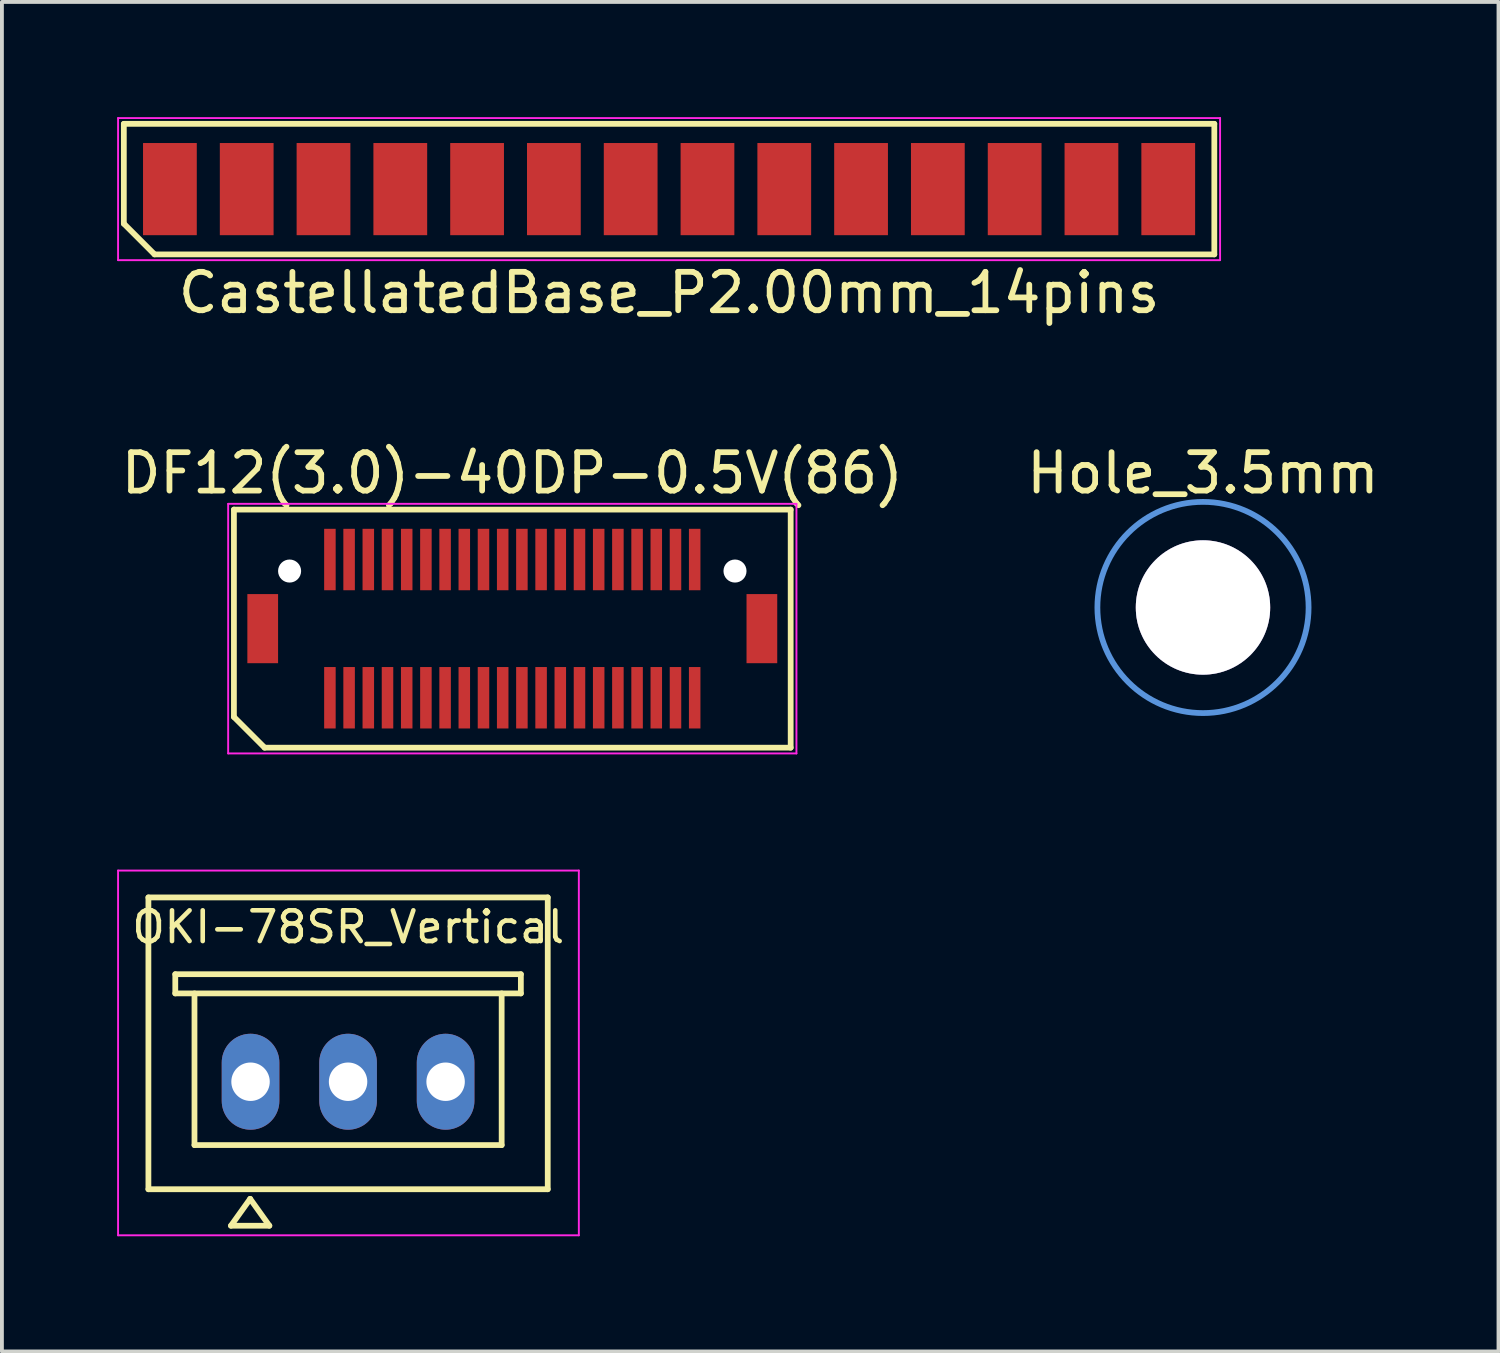
<source format=kicad_pcb>
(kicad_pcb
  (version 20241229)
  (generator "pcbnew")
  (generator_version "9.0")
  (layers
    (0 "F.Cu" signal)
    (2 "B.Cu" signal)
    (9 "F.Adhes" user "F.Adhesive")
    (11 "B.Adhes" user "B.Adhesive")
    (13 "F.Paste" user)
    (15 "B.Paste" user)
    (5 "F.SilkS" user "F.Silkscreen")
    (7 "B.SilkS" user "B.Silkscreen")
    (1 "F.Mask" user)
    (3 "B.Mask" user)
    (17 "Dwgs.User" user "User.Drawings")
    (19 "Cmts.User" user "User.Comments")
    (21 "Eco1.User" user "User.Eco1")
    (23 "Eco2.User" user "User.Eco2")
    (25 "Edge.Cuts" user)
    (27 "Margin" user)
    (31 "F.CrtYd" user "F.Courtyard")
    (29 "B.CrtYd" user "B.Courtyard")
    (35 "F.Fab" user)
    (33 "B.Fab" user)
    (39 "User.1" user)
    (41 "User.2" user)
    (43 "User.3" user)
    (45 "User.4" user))
  (footprint "OKI-78SR_Vertical"
    (layer "F.Cu")
    (at 3.475 25.122)
    (property "Reference" "OKI-78SR_Vertical" (at 2.545 -4.028 0) (layer "F.SilkS") (effects (font (size 0.8 0.8) (thickness 0.12))))
    (attr through_hole)
    (fp_line (start -2.66 -4.8) (end -2.66 2.8) (stroke (width 0.15) (type solid)) (layer "F.SilkS"))
    (fp_line (start -1.96 -2.8) (end -1.96 -2.3) (stroke (width 0.15) (type solid)) (layer "F.SilkS"))
    (fp_line (start -1.96 -2.3) (end 7.04 -2.3) (stroke (width 0.15) (type solid)) (layer "F.SilkS"))
    (fp_line (start -1.46 -2.3) (end -1.46 1.65) (stroke (width 0.15) (type solid)) (layer "F.SilkS"))
    (fp_line (start -1.46 1.65) (end 6.54 1.65) (stroke (width 0.15) (type solid)) (layer "F.SilkS"))
    (fp_line (start -0.51 3.75) (end 0.49 3.75) (stroke (width 0.15) (type solid)) (layer "F.SilkS"))
    (fp_line (start -0.01 3.05) (end -0.51 3.75) (stroke (width 0.15) (type solid)) (layer "F.SilkS"))
    (fp_line (start 0.49 3.75) (end -0.01 3.05) (stroke (width 0.15) (type solid)) (layer "F.SilkS"))
    (fp_line (start 6.54 -2.3) (end 6.54 1.65) (stroke (width 0.15) (type solid)) (layer "F.SilkS"))
    (fp_line (start 7.04 -2.8) (end -1.96 -2.8) (stroke (width 0.15) (type solid)) (layer "F.SilkS"))
    (fp_line (start 7.04 -2.3) (end 7.04 -2.8) (stroke (width 0.15) (type solid)) (layer "F.SilkS"))
    (fp_line (start 7.74 -4.8) (end -2.66 -4.8) (stroke (width 0.15) (type solid)) (layer "F.SilkS"))
    (fp_line (start 7.74 -4.8) (end 7.74 2.8) (stroke (width 0.15) (type solid)) (layer "F.SilkS"))
    (fp_line (start 7.74 2.8) (end -2.66 2.8) (stroke (width 0.15) (type solid)) (layer "F.SilkS"))
    (fp_line (start -3.45 -5.5) (end -3.45 4) (stroke (width 0.05) (type solid)) (layer "F.CrtYd"))
    (fp_line (start -3.45 -5.5) (end 8.55 -5.5) (stroke (width 0.05) (type solid)) (layer "F.CrtYd"))
    (fp_line (start -3.45 4) (end 8.55 4) (stroke (width 0.05) (type solid)) (layer "F.CrtYd"))
    (fp_line (start 8.55 -5.5) (end 8.55 4) (stroke (width 0.05) (type solid)) (layer "F.CrtYd"))
    (pad "1" thru_hole oval (at 0 0 90) (size 2.499 1.501) (drill 1.001) (layers "*.Cu" "*.Mask"))
    (pad "2" thru_hole oval (at 2.54 0 90) (size 2.499 1.501) (drill 1.001) (layers "*.Cu" "*.Mask"))
    (pad "3" thru_hole oval (at 5.08 0 90) (size 2.499 1.501) (drill 1.001) (layers "*.Cu" "*.Mask")))
  (footprint "CastellatedBase_P2.00mm_14pins"
    (layer "F.Cu")
    (at 14.375 1.875)
    (property "Reference" "CastellatedBase_P2.00mm_14pins" (at 0 2.7 0) (layer "F.SilkS") (effects (font (size 1 1) (thickness 0.15))))
    (attr smd)
    (fp_line (start -14.2 -1.7) (end 14.2 -1.7) (stroke (width 0.15) (type solid)) (layer "F.SilkS"))
    (fp_line (start -14.2 0.9) (end -14.2 -1.7) (stroke (width 0.15) (type solid)) (layer "F.SilkS"))
    (fp_line (start -13.4 1.7) (end -14.2 0.9) (stroke (width 0.15) (type solid)) (layer "F.SilkS"))
    (fp_line (start 14.2 -1.7) (end 14.2 1.7) (stroke (width 0.15) (type solid)) (layer "F.SilkS"))
    (fp_line (start 14.2 1.7) (end -13.4 1.7) (stroke (width 0.15) (type solid)) (layer "F.SilkS"))
    (fp_line (start -14.35 -1.85) (end 14.35 -1.85) (stroke (width 0.05) (type solid)) (layer "F.CrtYd"))
    (fp_line (start -14.35 1.85) (end -14.35 -1.85) (stroke (width 0.05) (type solid)) (layer "F.CrtYd"))
    (fp_line (start 14.35 -1.85) (end 14.35 1.85) (stroke (width 0.05) (type solid)) (layer "F.CrtYd"))
    (fp_line (start 14.35 1.85) (end -14.35 1.85) (stroke (width 0.05) (type solid)) (layer "F.CrtYd"))
    (pad "1" smd rect (at -13 0) (size 1.4 2.4) (layers "F.Cu" "F.Mask" "F.Paste"))
    (pad "2" smd rect (at -11 0) (size 1.4 2.4) (layers "F.Cu" "F.Mask" "F.Paste"))
    (pad "3" smd rect (at -9 0) (size 1.4 2.4) (layers "F.Cu" "F.Mask" "F.Paste"))
    (pad "4" smd rect (at -7 0) (size 1.4 2.4) (layers "F.Cu" "F.Mask" "F.Paste"))
    (pad "5" smd rect (at -5 0) (size 1.4 2.4) (layers "F.Cu" "F.Mask" "F.Paste"))
    (pad "6" smd rect (at -3 0) (size 1.4 2.4) (layers "F.Cu" "F.Mask" "F.Paste"))
    (pad "7" smd rect (at -1 0) (size 1.4 2.4) (layers "F.Cu" "F.Mask" "F.Paste"))
    (pad "8" smd rect (at 1 0) (size 1.4 2.4) (layers "F.Cu" "F.Mask" "F.Paste"))
    (pad "9" smd rect (at 3 0) (size 1.4 2.4) (layers "F.Cu" "F.Mask" "F.Paste"))
    (pad "10" smd rect (at 5 0) (size 1.4 2.4) (layers "F.Cu" "F.Mask" "F.Paste"))
    (pad "11" smd rect (at 7 0) (size 1.4 2.4) (layers "F.Cu" "F.Mask" "F.Paste"))
    (pad "12" smd rect (at 9 0) (size 1.4 2.4) (layers "F.Cu" "F.Mask" "F.Paste"))
    (pad "13" smd rect (at 11 0) (size 1.4 2.4) (layers "F.Cu" "F.Mask" "F.Paste"))
    (pad "14" smd rect (at 13 0) (size 1.4 2.4) (layers "F.Cu" "F.Mask" "F.Paste")))
  (footprint "DF12(3.0)-40DP-0.5V(86)"
    (layer "F.Cu")
    (at 10.292 13.322)
    (property "Reference" "DF12(3.0)-40DP-0.5V(86)" (at 0 -4.05 180) (layer "F.SilkS") (effects (font (size 1 1) (thickness 0.15))))
    (attr smd)
    (fp_line (start -7.25 -3.1) (end 7.25 -3.1) (stroke (width 0.15) (type solid)) (layer "F.SilkS"))
    (fp_line (start -7.25 2.3) (end -7.25 -3.1) (stroke (width 0.15) (type solid)) (layer "F.SilkS"))
    (fp_line (start -6.45 3.1) (end -7.25 2.3) (stroke (width 0.15) (type solid)) (layer "F.SilkS"))
    (fp_line (start 7.25 -3.1) (end 7.25 3.1) (stroke (width 0.15) (type solid)) (layer "F.SilkS"))
    (fp_line (start 7.25 3.1) (end -6.45 3.1) (stroke (width 0.15) (type solid)) (layer "F.SilkS"))
    (fp_line (start -7.4 -3.25) (end 7.4 -3.25) (stroke (width 0.05) (type solid)) (layer "F.CrtYd"))
    (fp_line (start -7.4 3.25) (end -7.4 -3.25) (stroke (width 0.05) (type solid)) (layer "F.CrtYd"))
    (fp_line (start 7.4 -3.25) (end 7.4 3.25) (stroke (width 0.05) (type solid)) (layer "F.CrtYd"))
    (fp_line (start 7.4 3.25) (end -7.4 3.25) (stroke (width 0.05) (type solid)) (layer "F.CrtYd"))
    (pad "" smd rect (at -6.5 0) (size 0.8 1.8) (layers "F.Cu" "F.Mask" "F.Paste"))
    (pad "" np_thru_hole circle (at -5.8 -1.5) (size 0.6 0.6) (drill 0.6) (layers "*.Cu" "*.Mask"))
    (pad "" np_thru_hole circle (at 5.8 -1.5) (size 0.6 0.6) (drill 0.6) (layers "*.Cu" "*.Mask"))
    (pad "" smd rect (at 6.5 0) (size 0.8 1.8) (layers "F.Cu" "F.Mask" "F.Paste"))
    (pad "1" smd rect (at -4.75 1.8) (size 0.3 1.6) (layers "F.Cu" "F.Mask" "F.Paste"))
    (pad "2" smd rect (at -4.75 -1.8) (size 0.3 1.6) (layers "F.Cu" "F.Mask" "F.Paste"))
    (pad "3" smd rect (at -4.25 1.8) (size 0.3 1.6) (layers "F.Cu" "F.Mask" "F.Paste"))
    (pad "4" smd rect (at -4.25 -1.8) (size 0.3 1.6) (layers "F.Cu" "F.Mask" "F.Paste"))
    (pad "5" smd rect (at -3.75 1.8) (size 0.3 1.6) (layers "F.Cu" "F.Mask" "F.Paste"))
    (pad "6" smd rect (at -3.75 -1.8) (size 0.3 1.6) (layers "F.Cu" "F.Mask" "F.Paste"))
    (pad "7" smd rect (at -3.25 1.8) (size 0.3 1.6) (layers "F.Cu" "F.Mask" "F.Paste"))
    (pad "8" smd rect (at -3.25 -1.8) (size 0.3 1.6) (layers "F.Cu" "F.Mask" "F.Paste"))
    (pad "9" smd rect (at -2.75 1.8) (size 0.3 1.6) (layers "F.Cu" "F.Mask" "F.Paste"))
    (pad "10" smd rect (at -2.75 -1.8) (size 0.3 1.6) (layers "F.Cu" "F.Mask" "F.Paste"))
    (pad "11" smd rect (at -2.25 1.8) (size 0.3 1.6) (layers "F.Cu" "F.Mask" "F.Paste"))
    (pad "12" smd rect (at -2.25 -1.8) (size 0.3 1.6) (layers "F.Cu" "F.Mask" "F.Paste"))
    (pad "13" smd rect (at -1.75 1.8) (size 0.3 1.6) (layers "F.Cu" "F.Mask" "F.Paste"))
    (pad "14" smd rect (at -1.75 -1.8) (size 0.3 1.6) (layers "F.Cu" "F.Mask" "F.Paste"))
    (pad "15" smd rect (at -1.25 1.8) (size 0.3 1.6) (layers "F.Cu" "F.Mask" "F.Paste"))
    (pad "16" smd rect (at -1.25 -1.8) (size 0.3 1.6) (layers "F.Cu" "F.Mask" "F.Paste"))
    (pad "17" smd rect (at -0.75 1.8) (size 0.3 1.6) (layers "F.Cu" "F.Mask" "F.Paste"))
    (pad "18" smd rect (at -0.75 -1.8) (size 0.3 1.6) (layers "F.Cu" "F.Mask" "F.Paste"))
    (pad "19" smd rect (at -0.25 1.8) (size 0.3 1.6) (layers "F.Cu" "F.Mask" "F.Paste"))
    (pad "20" smd rect (at -0.25 -1.8) (size 0.3 1.6) (layers "F.Cu" "F.Mask" "F.Paste"))
    (pad "21" smd rect (at 0.25 1.8) (size 0.3 1.6) (layers "F.Cu" "F.Mask" "F.Paste"))
    (pad "22" smd rect (at 0.25 -1.8) (size 0.3 1.6) (layers "F.Cu" "F.Mask" "F.Paste"))
    (pad "23" smd rect (at 0.75 1.8) (size 0.3 1.6) (layers "F.Cu" "F.Mask" "F.Paste"))
    (pad "24" smd rect (at 0.75 -1.8) (size 0.3 1.6) (layers "F.Cu" "F.Mask" "F.Paste"))
    (pad "25" smd rect (at 1.25 1.8) (size 0.3 1.6) (layers "F.Cu" "F.Mask" "F.Paste"))
    (pad "26" smd rect (at 1.25 -1.8) (size 0.3 1.6) (layers "F.Cu" "F.Mask" "F.Paste"))
    (pad "27" smd rect (at 1.75 1.8) (size 0.3 1.6) (layers "F.Cu" "F.Mask" "F.Paste"))
    (pad "28" smd rect (at 1.75 -1.8) (size 0.3 1.6) (layers "F.Cu" "F.Mask" "F.Paste"))
    (pad "29" smd rect (at 2.25 1.8) (size 0.3 1.6) (layers "F.Cu" "F.Mask" "F.Paste"))
    (pad "30" smd rect (at 2.25 -1.8) (size 0.3 1.6) (layers "F.Cu" "F.Mask" "F.Paste"))
    (pad "31" smd rect (at 2.75 1.8) (size 0.3 1.6) (layers "F.Cu" "F.Mask" "F.Paste"))
    (pad "32" smd rect (at 2.75 -1.8) (size 0.3 1.6) (layers "F.Cu" "F.Mask" "F.Paste"))
    (pad "33" smd rect (at 3.25 1.8) (size 0.3 1.6) (layers "F.Cu" "F.Mask" "F.Paste"))
    (pad "34" smd rect (at 3.25 -1.8) (size 0.3 1.6) (layers "F.Cu" "F.Mask" "F.Paste"))
    (pad "35" smd rect (at 3.75 1.8) (size 0.3 1.6) (layers "F.Cu" "F.Mask" "F.Paste"))
    (pad "36" smd rect (at 3.75 -1.8) (size 0.3 1.6) (layers "F.Cu" "F.Mask" "F.Paste"))
    (pad "37" smd rect (at 4.25 1.8) (size 0.3 1.6) (layers "F.Cu" "F.Mask" "F.Paste"))
    (pad "38" smd rect (at 4.25 -1.8) (size 0.3 1.6) (layers "F.Cu" "F.Mask" "F.Paste"))
    (pad "39" smd rect (at 4.75 1.8) (size 0.3 1.6) (layers "F.Cu" "F.Mask" "F.Paste"))
    (pad "40" smd rect (at 4.75 -1.8) (size 0.3 1.6) (layers "F.Cu" "F.Mask" "F.Paste")))
  (footprint "Hole_3.5mm"
    (layer "F.Cu")
    (at 28.28 12.771)
    (property "Reference" "Hole_3.5mm" (at 0 -3.5 0) (layer "F.SilkS") (effects (font (size 1 1) (thickness 0.15))))
    (attr through_hole)
    (fp_circle (center 0 0) (end 2.75 0) (stroke (width 0.15) (type solid)) (fill no) (layer "Cmts.User"))
    (pad "" thru_hole circle (at 0 0) (size 3.5 3.5) (drill 3.5) (layers "*.Cu")))
  (gr_rect
    (start -3 -3)
    (end 35.976 32.147)
    (stroke (width 0.1) (type default))
    (fill no)
    (layer "Edge.Cuts")))
</source>
